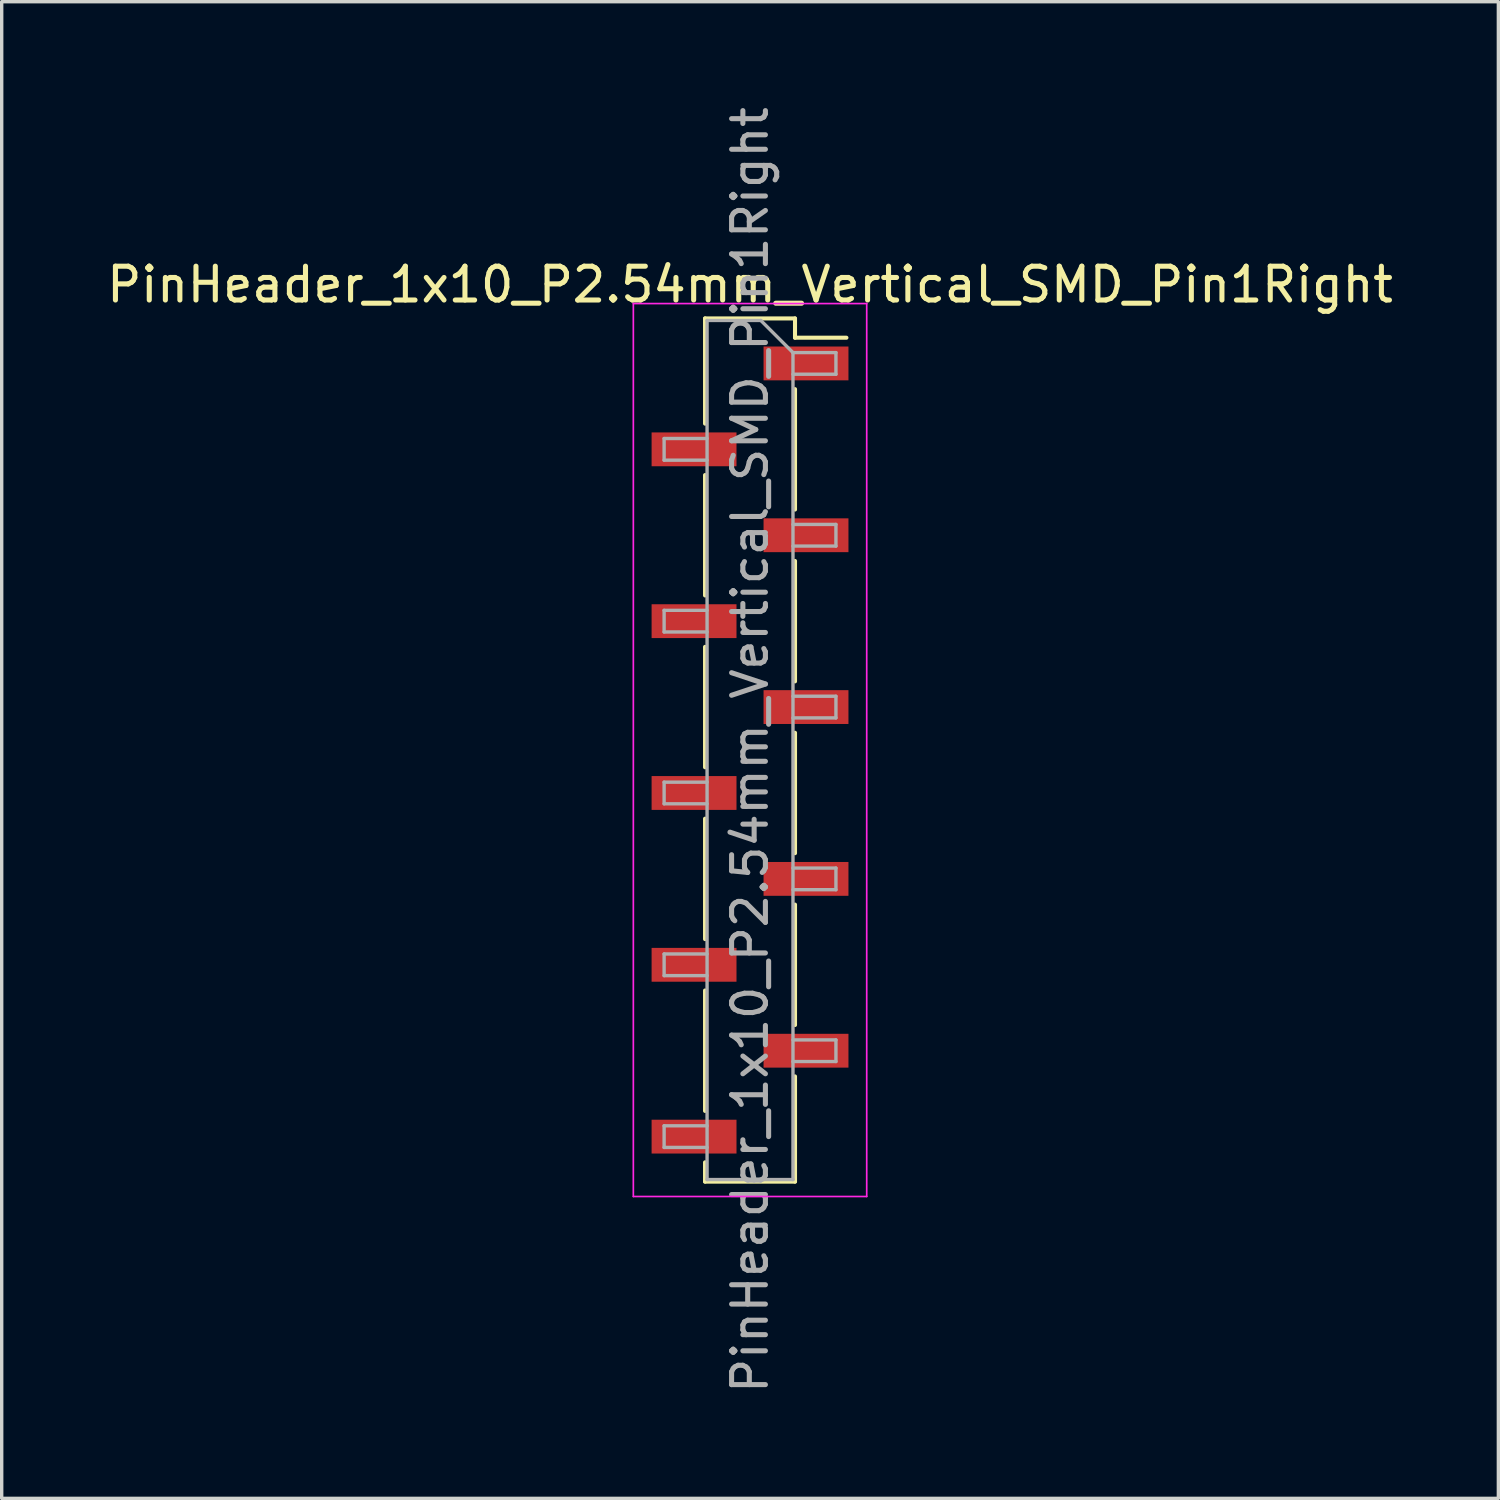
<source format=kicad_pcb>
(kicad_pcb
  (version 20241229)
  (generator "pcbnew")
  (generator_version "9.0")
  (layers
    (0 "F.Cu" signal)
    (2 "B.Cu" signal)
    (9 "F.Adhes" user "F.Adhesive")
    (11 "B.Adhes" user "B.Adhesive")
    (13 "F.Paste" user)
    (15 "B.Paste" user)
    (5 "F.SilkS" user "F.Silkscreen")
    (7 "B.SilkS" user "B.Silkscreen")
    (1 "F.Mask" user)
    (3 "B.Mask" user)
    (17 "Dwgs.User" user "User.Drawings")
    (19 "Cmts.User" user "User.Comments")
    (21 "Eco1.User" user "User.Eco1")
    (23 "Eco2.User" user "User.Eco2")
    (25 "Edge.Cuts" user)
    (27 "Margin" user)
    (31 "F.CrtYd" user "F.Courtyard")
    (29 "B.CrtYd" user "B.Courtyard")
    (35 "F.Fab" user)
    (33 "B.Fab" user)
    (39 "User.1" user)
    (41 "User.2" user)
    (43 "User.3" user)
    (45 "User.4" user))
  (footprint "PinHeader_1x10_P2.54mm_Vertical_SMD_Pin1Right"
    (layer "F.Cu")
    (at 19.125 19.125)
    (property "Reference" "PinHeader_1x10_P2.54mm_Vertical_SMD_Pin1Right" (at 0 -13.76 0) (layer "F.SilkS") (effects (font (size 1 1) (thickness 0.15))))
    (attr smd)
    (fp_line (start -1.33 -12.76) (end -1.33 -9.65) (stroke (width 0.12) (type solid)) (layer "F.SilkS"))
    (fp_line (start -1.33 -12.76) (end 1.33 -12.76) (stroke (width 0.12) (type solid)) (layer "F.SilkS"))
    (fp_line (start -1.33 -8.13) (end -1.33 -4.57) (stroke (width 0.12) (type solid)) (layer "F.SilkS"))
    (fp_line (start -1.33 -3.05) (end -1.33 0.51) (stroke (width 0.12) (type solid)) (layer "F.SilkS"))
    (fp_line (start -1.33 2.03) (end -1.33 5.59) (stroke (width 0.12) (type solid)) (layer "F.SilkS"))
    (fp_line (start -1.33 7.11) (end -1.33 10.67) (stroke (width 0.12) (type solid)) (layer "F.SilkS"))
    (fp_line (start -1.33 12.19) (end -1.33 12.76) (stroke (width 0.12) (type solid)) (layer "F.SilkS"))
    (fp_line (start -1.33 12.76) (end 1.33 12.76) (stroke (width 0.12) (type solid)) (layer "F.SilkS"))
    (fp_line (start 1.33 -12.76) (end 1.33 -12.19) (stroke (width 0.12) (type solid)) (layer "F.SilkS"))
    (fp_line (start 1.33 -12.19) (end 2.85 -12.19) (stroke (width 0.12) (type solid)) (layer "F.SilkS"))
    (fp_line (start 1.33 -10.67) (end 1.33 -7.11) (stroke (width 0.12) (type solid)) (layer "F.SilkS"))
    (fp_line (start 1.33 -5.59) (end 1.33 -2.03) (stroke (width 0.12) (type solid)) (layer "F.SilkS"))
    (fp_line (start 1.33 -0.51) (end 1.33 3.05) (stroke (width 0.12) (type solid)) (layer "F.SilkS"))
    (fp_line (start 1.33 4.57) (end 1.33 8.13) (stroke (width 0.12) (type solid)) (layer "F.SilkS"))
    (fp_line (start 1.33 9.65) (end 1.33 12.76) (stroke (width 0.12) (type solid)) (layer "F.SilkS"))
    (fp_line (start -3.45 -13.2) (end -3.45 13.2) (stroke (width 0.05) (type solid)) (layer "F.CrtYd"))
    (fp_line (start -3.45 13.2) (end 3.45 13.2) (stroke (width 0.05) (type solid)) (layer "F.CrtYd"))
    (fp_line (start 3.45 -13.2) (end -3.45 -13.2) (stroke (width 0.05) (type solid)) (layer "F.CrtYd"))
    (fp_line (start 3.45 13.2) (end 3.45 -13.2) (stroke (width 0.05) (type solid)) (layer "F.CrtYd"))
    (fp_line (start -2.54 -9.21) (end -2.54 -8.57) (stroke (width 0.1) (type solid)) (layer "F.Fab"))
    (fp_line (start -2.54 -8.57) (end -1.27 -8.57) (stroke (width 0.1) (type solid)) (layer "F.Fab"))
    (fp_line (start -2.54 -4.13) (end -2.54 -3.49) (stroke (width 0.1) (type solid)) (layer "F.Fab"))
    (fp_line (start -2.54 -3.49) (end -1.27 -3.49) (stroke (width 0.1) (type solid)) (layer "F.Fab"))
    (fp_line (start -2.54 0.95) (end -2.54 1.59) (stroke (width 0.1) (type solid)) (layer "F.Fab"))
    (fp_line (start -2.54 1.59) (end -1.27 1.59) (stroke (width 0.1) (type solid)) (layer "F.Fab"))
    (fp_line (start -2.54 6.03) (end -2.54 6.67) (stroke (width 0.1) (type solid)) (layer "F.Fab"))
    (fp_line (start -2.54 6.67) (end -1.27 6.67) (stroke (width 0.1) (type solid)) (layer "F.Fab"))
    (fp_line (start -2.54 11.11) (end -2.54 11.75) (stroke (width 0.1) (type solid)) (layer "F.Fab"))
    (fp_line (start -2.54 11.75) (end -1.27 11.75) (stroke (width 0.1) (type solid)) (layer "F.Fab"))
    (fp_line (start -1.27 -12.7) (end -1.27 12.7) (stroke (width 0.1) (type solid)) (layer "F.Fab"))
    (fp_line (start -1.27 -12.7) (end 0.32 -12.7) (stroke (width 0.1) (type solid)) (layer "F.Fab"))
    (fp_line (start -1.27 -9.21) (end -2.54 -9.21) (stroke (width 0.1) (type solid)) (layer "F.Fab"))
    (fp_line (start -1.27 -4.13) (end -2.54 -4.13) (stroke (width 0.1) (type solid)) (layer "F.Fab"))
    (fp_line (start -1.27 0.95) (end -2.54 0.95) (stroke (width 0.1) (type solid)) (layer "F.Fab"))
    (fp_line (start -1.27 6.03) (end -2.54 6.03) (stroke (width 0.1) (type solid)) (layer "F.Fab"))
    (fp_line (start -1.27 11.11) (end -2.54 11.11) (stroke (width 0.1) (type solid)) (layer "F.Fab"))
    (fp_line (start 1.27 -11.75) (end 0.32 -12.7) (stroke (width 0.1) (type solid)) (layer "F.Fab"))
    (fp_line (start 1.27 -11.75) (end 2.54 -11.75) (stroke (width 0.1) (type solid)) (layer "F.Fab"))
    (fp_line (start 1.27 -6.67) (end 2.54 -6.67) (stroke (width 0.1) (type solid)) (layer "F.Fab"))
    (fp_line (start 1.27 -1.59) (end 2.54 -1.59) (stroke (width 0.1) (type solid)) (layer "F.Fab"))
    (fp_line (start 1.27 3.49) (end 2.54 3.49) (stroke (width 0.1) (type solid)) (layer "F.Fab"))
    (fp_line (start 1.27 8.57) (end 2.54 8.57) (stroke (width 0.1) (type solid)) (layer "F.Fab"))
    (fp_line (start 1.27 12.7) (end -1.27 12.7) (stroke (width 0.1) (type solid)) (layer "F.Fab"))
    (fp_line (start 1.27 12.7) (end 1.27 -11.75) (stroke (width 0.1) (type solid)) (layer "F.Fab"))
    (fp_line (start 2.54 -11.75) (end 2.54 -11.11) (stroke (width 0.1) (type solid)) (layer "F.Fab"))
    (fp_line (start 2.54 -11.11) (end 1.27 -11.11) (stroke (width 0.1) (type solid)) (layer "F.Fab"))
    (fp_line (start 2.54 -6.67) (end 2.54 -6.03) (stroke (width 0.1) (type solid)) (layer "F.Fab"))
    (fp_line (start 2.54 -6.03) (end 1.27 -6.03) (stroke (width 0.1) (type solid)) (layer "F.Fab"))
    (fp_line (start 2.54 -1.59) (end 2.54 -0.95) (stroke (width 0.1) (type solid)) (layer "F.Fab"))
    (fp_line (start 2.54 -0.95) (end 1.27 -0.95) (stroke (width 0.1) (type solid)) (layer "F.Fab"))
    (fp_line (start 2.54 3.49) (end 2.54 4.13) (stroke (width 0.1) (type solid)) (layer "F.Fab"))
    (fp_line (start 2.54 4.13) (end 1.27 4.13) (stroke (width 0.1) (type solid)) (layer "F.Fab"))
    (fp_line (start 2.54 8.57) (end 2.54 9.21) (stroke (width 0.1) (type solid)) (layer "F.Fab"))
    (fp_line (start 2.54 9.21) (end 1.27 9.21) (stroke (width 0.1) (type solid)) (layer "F.Fab"))
    (fp_text user "${REFERENCE}" (at 0 0 90) (layer "F.Fab") (effects (font (size 1 1) (thickness 0.15))))
    (pad "1" smd rect (at 1.655 -11.43) (size 2.51 1) (layers "F.Cu" "F.Mask" "F.Paste"))
    (pad "2" smd rect (at -1.655 -8.89) (size 2.51 1) (layers "F.Cu" "F.Mask" "F.Paste"))
    (pad "3" smd rect (at 1.655 -6.35) (size 2.51 1) (layers "F.Cu" "F.Mask" "F.Paste"))
    (pad "4" smd rect (at -1.655 -3.81) (size 2.51 1) (layers "F.Cu" "F.Mask" "F.Paste"))
    (pad "5" smd rect (at 1.655 -1.27) (size 2.51 1) (layers "F.Cu" "F.Mask" "F.Paste"))
    (pad "6" smd rect (at -1.655 1.27) (size 2.51 1) (layers "F.Cu" "F.Mask" "F.Paste"))
    (pad "7" smd rect (at 1.655 3.81) (size 2.51 1) (layers "F.Cu" "F.Mask" "F.Paste"))
    (pad "8" smd rect (at -1.655 6.35) (size 2.51 1) (layers "F.Cu" "F.Mask" "F.Paste"))
    (pad "9" smd rect (at 1.655 8.89) (size 2.51 1) (layers "F.Cu" "F.Mask" "F.Paste"))
    (pad "10" smd rect (at -1.655 11.43) (size 2.51 1) (layers "F.Cu" "F.Mask" "F.Paste")))
  (gr_rect
    (start -3 -3)
    (end 41.25 41.25)
    (stroke (width 0.1) (type default))
    (fill no)
    (layer "Edge.Cuts")))
</source>
